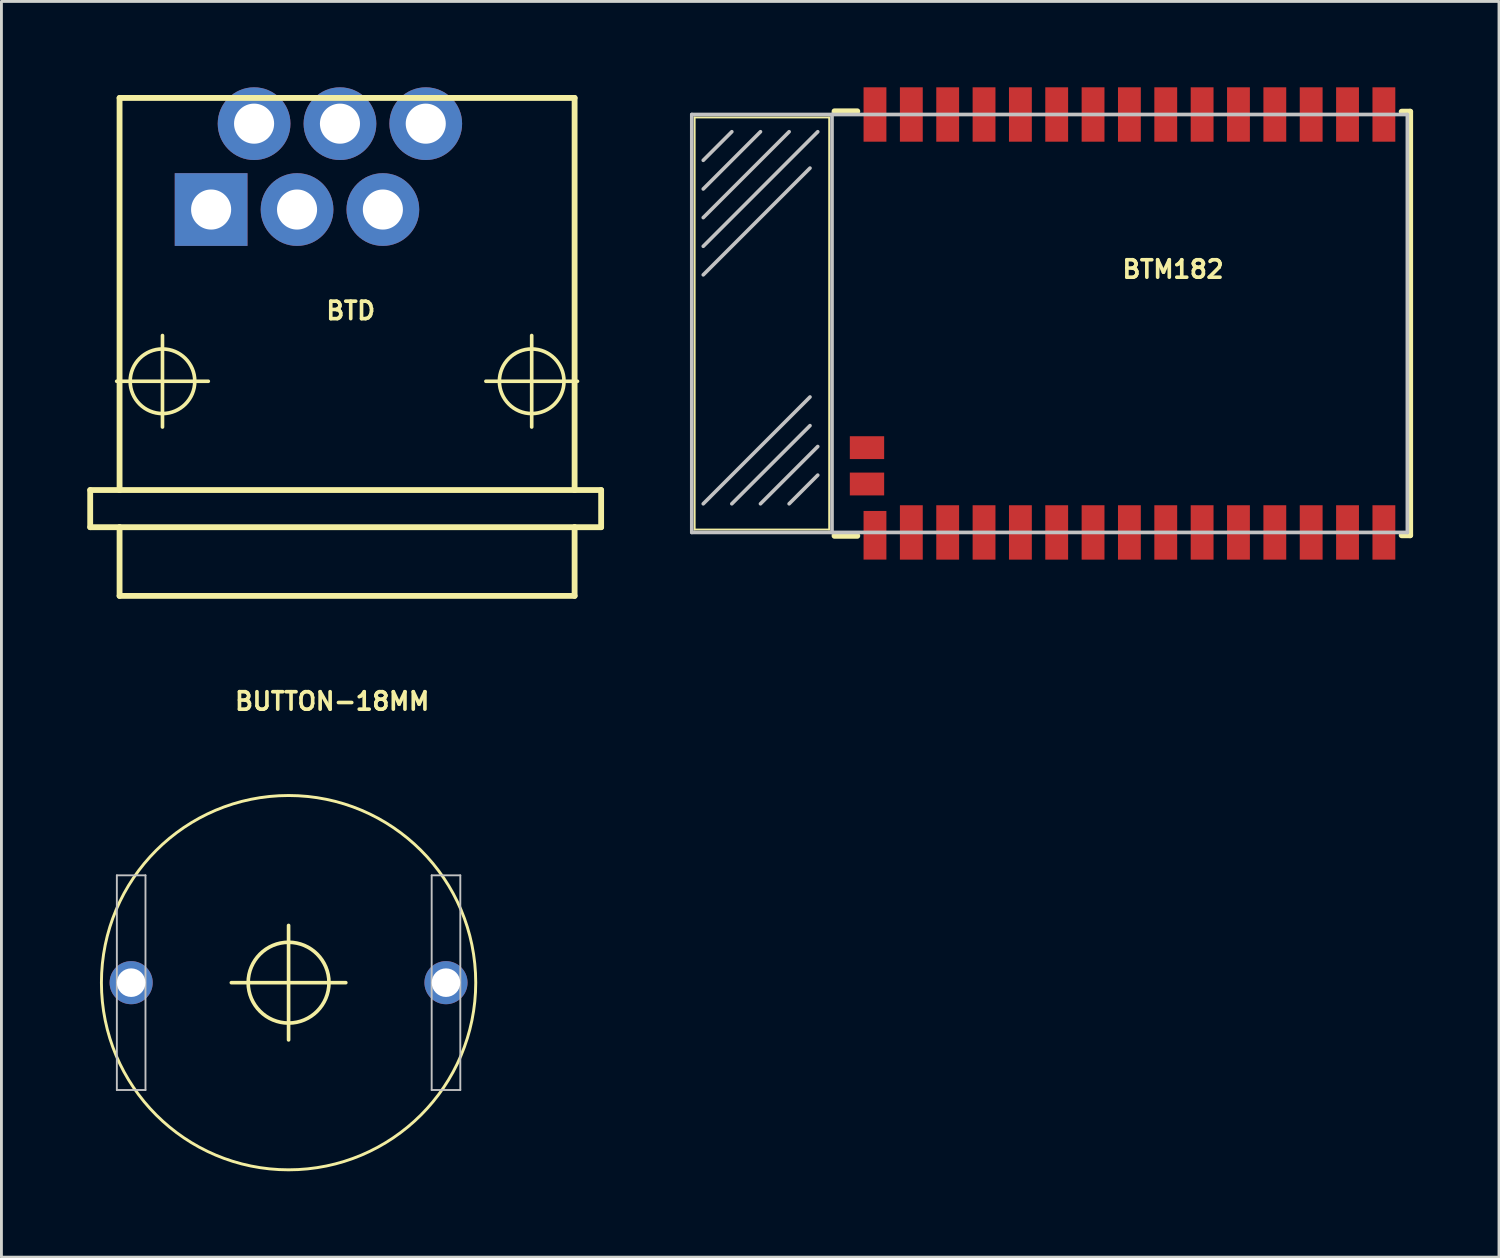
<source format=kicad_pcb>
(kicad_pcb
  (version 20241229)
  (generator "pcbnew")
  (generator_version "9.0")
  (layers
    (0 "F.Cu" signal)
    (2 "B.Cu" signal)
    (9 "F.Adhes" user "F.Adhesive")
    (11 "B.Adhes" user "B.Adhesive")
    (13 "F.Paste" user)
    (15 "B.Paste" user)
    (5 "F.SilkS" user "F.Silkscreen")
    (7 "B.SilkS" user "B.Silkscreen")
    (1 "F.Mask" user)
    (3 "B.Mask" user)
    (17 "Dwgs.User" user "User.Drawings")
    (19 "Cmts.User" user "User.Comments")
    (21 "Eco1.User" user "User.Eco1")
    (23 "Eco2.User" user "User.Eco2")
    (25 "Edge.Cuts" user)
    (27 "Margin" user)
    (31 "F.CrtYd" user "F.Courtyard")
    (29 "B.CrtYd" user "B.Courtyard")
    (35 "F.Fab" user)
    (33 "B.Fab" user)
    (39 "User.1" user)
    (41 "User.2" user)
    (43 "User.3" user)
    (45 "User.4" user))
  (footprint "BUTTON-18MM"
    (layer "F.Cu")
    (at 7.031 31.278)
    (property "Reference" "BUTTON-18MM" (at 1.524 -9.83 0) (layer "F.SilkS") (effects (font (size 0.61 0.61) (thickness 0.127))))
    (attr exclude_from_pos_files exclude_from_bom)
    (fp_line (start -1.999 0) (end 1.999 0) (stroke (width 0.127) (type solid)) (layer "F.SilkS"))
    (fp_line (start 0 1.999) (end 0 -1.999) (stroke (width 0.127) (type solid)) (layer "F.SilkS"))
    (fp_circle (center 0 0) (end -4.623 4.623) (stroke (width 0.102) (type solid)) (fill no) (layer "F.SilkS"))
    (fp_circle (center 0 0) (end -0.998 0.998) (stroke (width 0.127) (type solid)) (fill no) (layer "F.SilkS"))
    (fp_line (start -6.998 -4.999) (end -3.998 -4.999) (stroke (width 0.066) (type solid)) (layer "B.Adhes"))
    (fp_line (start -6.998 4.999) (end -6.998 -4.999) (stroke (width 0.066) (type solid)) (layer "B.Adhes"))
    (fp_line (start -6.998 4.999) (end -3.998 4.999) (stroke (width 0.066) (type solid)) (layer "B.Adhes"))
    (fp_line (start -3.998 4.999) (end -3.998 -4.999) (stroke (width 0.066) (type solid)) (layer "B.Adhes"))
    (fp_line (start 3.998 -4.999) (end 6.998 -4.999) (stroke (width 0.066) (type solid)) (layer "B.Adhes"))
    (fp_line (start 3.998 4.999) (end 3.998 -4.999) (stroke (width 0.066) (type solid)) (layer "B.Adhes"))
    (fp_line (start 3.998 4.999) (end 6.998 4.999) (stroke (width 0.066) (type solid)) (layer "B.Adhes"))
    (fp_line (start 6.998 4.999) (end 6.998 -4.999) (stroke (width 0.066) (type solid)) (layer "B.Adhes"))
    (fp_line (start -5.999 -3.749) (end -4.999 -3.749) (stroke (width 0.066) (type solid)) (layer "Dwgs.User"))
    (fp_line (start -5.999 3.749) (end -5.999 -3.749) (stroke (width 0.066) (type solid)) (layer "Dwgs.User"))
    (fp_line (start -5.999 3.749) (end -4.999 3.749) (stroke (width 0.066) (type solid)) (layer "Dwgs.User"))
    (fp_line (start -4.999 3.749) (end -4.999 -3.749) (stroke (width 0.066) (type solid)) (layer "Dwgs.User"))
    (fp_line (start 4.999 -3.749) (end 5.999 -3.749) (stroke (width 0.066) (type solid)) (layer "Dwgs.User"))
    (fp_line (start 4.999 3.749) (end 4.999 -3.749) (stroke (width 0.066) (type solid)) (layer "Dwgs.User"))
    (fp_line (start 4.999 3.749) (end 5.999 3.749) (stroke (width 0.066) (type solid)) (layer "Dwgs.User"))
    (fp_line (start 5.999 3.749) (end 5.999 -3.749) (stroke (width 0.066) (type solid)) (layer "Dwgs.User"))
    (pad "1" thru_hole circle (at -5.499 0) (size 1.506 1.506) (drill 0.998) (layers "*.Cu" "*.Paste" "*.Mask"))
    (pad "2" thru_hole circle (at 5.499 0) (size 1.506 1.506) (drill 0.998) (layers "*.Cu" "*.Paste" "*.Mask")))
  (footprint "BTM182"
    (layer "F.Cu")
    (at 33.615 8.25)
    (property "Reference" "BTM182" (at 4.313 -1.892 0) (layer "F.SilkS") (effects (font (size 0.61 0.61) (thickness 0.127))))
    (attr smd)
    (fp_line (start -12.398 -7.198) (end -7.699 -7.198) (stroke (width 0.066) (type solid)) (layer "F.SilkS"))
    (fp_line (start -12.398 7.198) (end -12.398 -7.198) (stroke (width 0.066) (type solid)) (layer "F.SilkS"))
    (fp_line (start -12.398 7.198) (end -7.699 7.198) (stroke (width 0.066) (type solid)) (layer "F.SilkS"))
    (fp_line (start -7.699 7.198) (end -7.699 -7.198) (stroke (width 0.066) (type solid)) (layer "F.SilkS"))
    (fp_line (start -7.513 -7.412) (end -6.716 -7.412) (stroke (width 0.203) (type solid)) (layer "F.SilkS"))
    (fp_line (start -7.513 7.419) (end -6.716 7.419) (stroke (width 0.203) (type solid)) (layer "F.SilkS"))
    (fp_line (start 12.299 -7.399) (end 12.598 -7.399) (stroke (width 0.203) (type solid)) (layer "F.SilkS"))
    (fp_line (start 12.299 7.399) (end 12.598 7.399) (stroke (width 0.203) (type solid)) (layer "F.SilkS"))
    (fp_line (start 12.598 -7.399) (end 12.598 7.399) (stroke (width 0.203) (type solid)) (layer "F.SilkS"))
    (fp_line (start -12.499 -7.3) (end -12.499 7.3) (stroke (width 0.127) (type solid)) (layer "Dwgs.User"))
    (fp_line (start -12.499 7.3) (end -7.6 7.3) (stroke (width 0.127) (type solid)) (layer "Dwgs.User"))
    (fp_line (start -12.098 -5.7) (end -11.1 -6.698) (stroke (width 0.127) (type solid)) (layer "Dwgs.User"))
    (fp_line (start -12.098 -4.699) (end -10.099 -6.698) (stroke (width 0.127) (type solid)) (layer "Dwgs.User"))
    (fp_line (start -12.098 -3.698) (end -9.098 -6.698) (stroke (width 0.127) (type solid)) (layer "Dwgs.User"))
    (fp_line (start -12.098 -2.697) (end -8.098 -6.698) (stroke (width 0.127) (type solid)) (layer "Dwgs.User"))
    (fp_line (start -12.098 -1.699) (end -8.369 -5.428) (stroke (width 0.127) (type solid)) (layer "Dwgs.User"))
    (fp_line (start -12.098 6.299) (end -8.369 2.568) (stroke (width 0.127) (type solid)) (layer "Dwgs.User"))
    (fp_line (start -11.1 6.299) (end -8.369 3.569) (stroke (width 0.127) (type solid)) (layer "Dwgs.User"))
    (fp_line (start -10.099 6.299) (end -8.098 4.298) (stroke (width 0.127) (type solid)) (layer "Dwgs.User"))
    (fp_line (start -9.098 6.299) (end -8.098 5.298) (stroke (width 0.127) (type solid)) (layer "Dwgs.User"))
    (fp_line (start -7.6 -7.3) (end -12.499 -7.3) (stroke (width 0.127) (type solid)) (layer "Dwgs.User"))
    (fp_line (start -7.6 -7.3) (end -7.6 7.3) (stroke (width 0.127) (type solid)) (layer "Dwgs.User"))
    (fp_line (start -7.6 7.3) (end 12.499 7.3) (stroke (width 0.127) (type solid)) (layer "Dwgs.User"))
    (fp_line (start 12.499 -7.3) (end -7.6 -7.3) (stroke (width 0.127) (type solid)) (layer "Dwgs.User"))
    (fp_line (start 12.499 7.3) (end 12.499 -7.3) (stroke (width 0.127) (type solid)) (layer "Dwgs.User"))
    (pad "1" smd rect (at -6.099 7.399 90) (size 1.699 0.798) (layers "F.Cu" "F.Mask" "F.Paste"))
    (pad "2" smd rect (at -4.829 7.3 90) (size 1.9 0.798) (layers "F.Cu" "F.Mask" "F.Paste"))
    (pad "3" smd rect (at -3.559 7.3 90) (size 1.9 0.798) (layers "F.Cu" "F.Mask" "F.Paste"))
    (pad "4" smd rect (at -2.289 7.3 90) (size 1.9 0.798) (layers "F.Cu" "F.Mask" "F.Paste"))
    (pad "5" smd rect (at -1.019 7.3 90) (size 1.9 0.798) (layers "F.Cu" "F.Mask" "F.Paste"))
    (pad "6" smd rect (at 0.249 7.3 90) (size 1.9 0.798) (layers "F.Cu" "F.Mask" "F.Paste"))
    (pad "7" smd rect (at 1.519 7.3 90) (size 1.9 0.798) (layers "F.Cu" "F.Mask" "F.Paste"))
    (pad "8" smd rect (at 2.789 7.3 90) (size 1.9 0.798) (layers "F.Cu" "F.Mask" "F.Paste"))
    (pad "9" smd rect (at 4.059 7.3 90) (size 1.9 0.798) (layers "F.Cu" "F.Mask" "F.Paste"))
    (pad "10" smd rect (at 5.329 7.3 90) (size 1.9 0.798) (layers "F.Cu" "F.Mask" "F.Paste"))
    (pad "11" smd rect (at 6.599 7.3 90) (size 1.9 0.798) (layers "F.Cu" "F.Mask" "F.Paste"))
    (pad "12" smd rect (at 7.869 7.3 90) (size 1.9 0.798) (layers "F.Cu" "F.Mask" "F.Paste"))
    (pad "13" smd rect (at 9.139 7.3 90) (size 1.9 0.798) (layers "F.Cu" "F.Mask" "F.Paste"))
    (pad "14" smd rect (at 10.409 7.3 90) (size 1.9 0.798) (layers "F.Cu" "F.Mask" "F.Paste"))
    (pad "15" smd rect (at 11.679 7.3 90) (size 1.9 0.798) (layers "F.Cu" "F.Mask" "F.Paste"))
    (pad "16" smd rect (at 11.679 -7.3 90) (size 1.9 0.798) (layers "F.Cu" "F.Mask" "F.Paste"))
    (pad "17" smd rect (at 10.409 -7.3 90) (size 1.9 0.798) (layers "F.Cu" "F.Mask" "F.Paste"))
    (pad "18" smd rect (at 9.139 -7.3 90) (size 1.9 0.798) (layers "F.Cu" "F.Mask" "F.Paste"))
    (pad "19" smd rect (at 7.869 -7.3 90) (size 1.9 0.798) (layers "F.Cu" "F.Mask" "F.Paste"))
    (pad "20" smd rect (at 6.599 -7.3 90) (size 1.9 0.798) (layers "F.Cu" "F.Mask" "F.Paste"))
    (pad "21" smd rect (at 5.329 -7.3 90) (size 1.9 0.798) (layers "F.Cu" "F.Mask" "F.Paste"))
    (pad "22" smd rect (at 4.059 -7.3 90) (size 1.9 0.798) (layers "F.Cu" "F.Mask" "F.Paste"))
    (pad "23" smd rect (at 2.789 -7.3 90) (size 1.9 0.798) (layers "F.Cu" "F.Mask" "F.Paste"))
    (pad "24" smd rect (at 1.519 -7.3 90) (size 1.9 0.798) (layers "F.Cu" "F.Mask" "F.Paste"))
    (pad "25" smd rect (at 0.249 -7.3 90) (size 1.9 0.798) (layers "F.Cu" "F.Mask" "F.Paste"))
    (pad "26" smd rect (at -1.019 -7.3 90) (size 1.9 0.798) (layers "F.Cu" "F.Mask" "F.Paste"))
    (pad "27" smd rect (at -2.289 -7.3 90) (size 1.9 0.798) (layers "F.Cu" "F.Mask" "F.Paste"))
    (pad "28" smd rect (at -3.559 -7.3 90) (size 1.9 0.798) (layers "F.Cu" "F.Mask" "F.Paste"))
    (pad "29" smd rect (at -4.829 -7.3 90) (size 1.9 0.798) (layers "F.Cu" "F.Mask" "F.Paste"))
    (pad "30" smd rect (at -6.099 -7.3 90) (size 1.9 0.798) (layers "F.Cu" "F.Mask" "F.Paste"))
    (pad "31" smd rect (at -6.378 4.338) (size 1.199 0.798) (layers "F.Cu" "F.Mask" "F.Paste"))
    (pad "32" smd rect (at -6.378 5.608) (size 1.199 0.798) (layers "F.Cu" "F.Mask" "F.Paste")))
  (footprint "BTD"
    (layer "F.Cu")
    (at 9.075 10.269)
    (property "Reference" "BTD" (at 0.127 -2.464 0) (layer "F.SilkS") (effects (font (size 0.61 0.61) (thickness 0.127))))
    (attr exclude_from_pos_files exclude_from_bom)
    (fp_line (start -8.974 3.8) (end -8.974 5.098) (stroke (width 0.203) (type solid)) (layer "F.SilkS"))
    (fp_line (start -8.974 3.8) (end -7.948 3.8) (stroke (width 0.203) (type solid)) (layer "F.SilkS"))
    (fp_line (start -8.974 5.098) (end -7.948 5.098) (stroke (width 0.203) (type solid)) (layer "F.SilkS"))
    (fp_line (start -8.049 0) (end -4.849 0) (stroke (width 0.127) (type solid)) (layer "F.SilkS"))
    (fp_line (start -7.948 -9.898) (end 7.948 -9.898) (stroke (width 0.203) (type solid)) (layer "F.SilkS"))
    (fp_line (start -7.948 3.8) (end -7.948 -9.898) (stroke (width 0.203) (type solid)) (layer "F.SilkS"))
    (fp_line (start -7.948 3.8) (end 7.948 3.8) (stroke (width 0.203) (type solid)) (layer "F.SilkS"))
    (fp_line (start -7.948 5.098) (end 7.948 5.098) (stroke (width 0.203) (type solid)) (layer "F.SilkS"))
    (fp_line (start -7.948 7.498) (end -7.948 5.098) (stroke (width 0.203) (type solid)) (layer "F.SilkS"))
    (fp_line (start -7.948 7.498) (end 7.948 7.498) (stroke (width 0.203) (type solid)) (layer "F.SilkS"))
    (fp_line (start -6.449 1.598) (end -6.449 -1.598) (stroke (width 0.127) (type solid)) (layer "F.SilkS"))
    (fp_line (start 4.849 0) (end 8.049 0) (stroke (width 0.127) (type solid)) (layer "F.SilkS"))
    (fp_line (start 6.449 1.598) (end 6.449 -1.598) (stroke (width 0.127) (type solid)) (layer "F.SilkS"))
    (fp_line (start 7.948 3.8) (end 7.948 -9.898) (stroke (width 0.203) (type solid)) (layer "F.SilkS"))
    (fp_line (start 7.948 3.8) (end 8.875 3.8) (stroke (width 0.203) (type solid)) (layer "F.SilkS"))
    (fp_line (start 7.948 5.098) (end 8.875 5.098) (stroke (width 0.203) (type solid)) (layer "F.SilkS"))
    (fp_line (start 7.948 7.498) (end 7.948 5.098) (stroke (width 0.203) (type solid)) (layer "F.SilkS"))
    (fp_line (start 8.875 3.8) (end 8.875 5.098) (stroke (width 0.203) (type solid)) (layer "F.SilkS"))
    (fp_circle (center -6.449 0) (end -7.247 0.798) (stroke (width 0.127) (type solid)) (fill no) (layer "F.SilkS"))
    (fp_circle (center 6.449 0) (end 7.247 0.798) (stroke (width 0.127) (type solid)) (fill no) (layer "F.SilkS"))
    (pad "1" thru_hole rect (at -4.75 -5.999) (size 2.54 2.54) (drill 1.4) (layers "*.Cu" "*.Paste" "*.Mask"))
    (pad "2" thru_hole circle (at -3.249 -8.999) (size 2.54 2.54) (drill 1.4) (layers "*.Cu" "*.Paste" "*.Mask"))
    (pad "3" thru_hole circle (at -1.748 -5.999) (size 2.54 2.54) (drill 1.4) (layers "*.Cu" "*.Paste" "*.Mask"))
    (pad "4" thru_hole circle (at -0.249 -8.999) (size 2.54 2.54) (drill 1.4) (layers "*.Cu" "*.Paste" "*.Mask"))
    (pad "5" thru_hole circle (at 1.25 -5.999) (size 2.54 2.54) (drill 1.4) (layers "*.Cu" "*.Paste" "*.Mask"))
    (pad "6" thru_hole circle (at 2.748 -8.999) (size 2.54 2.54) (drill 1.4) (layers "*.Cu" "*.Paste" "*.Mask")))
  (gr_rect
    (start -3 -3)
    (end 49.315 40.867)
    (stroke (width 0.1) (type default))
    (fill no)
    (layer "Edge.Cuts")))
</source>
